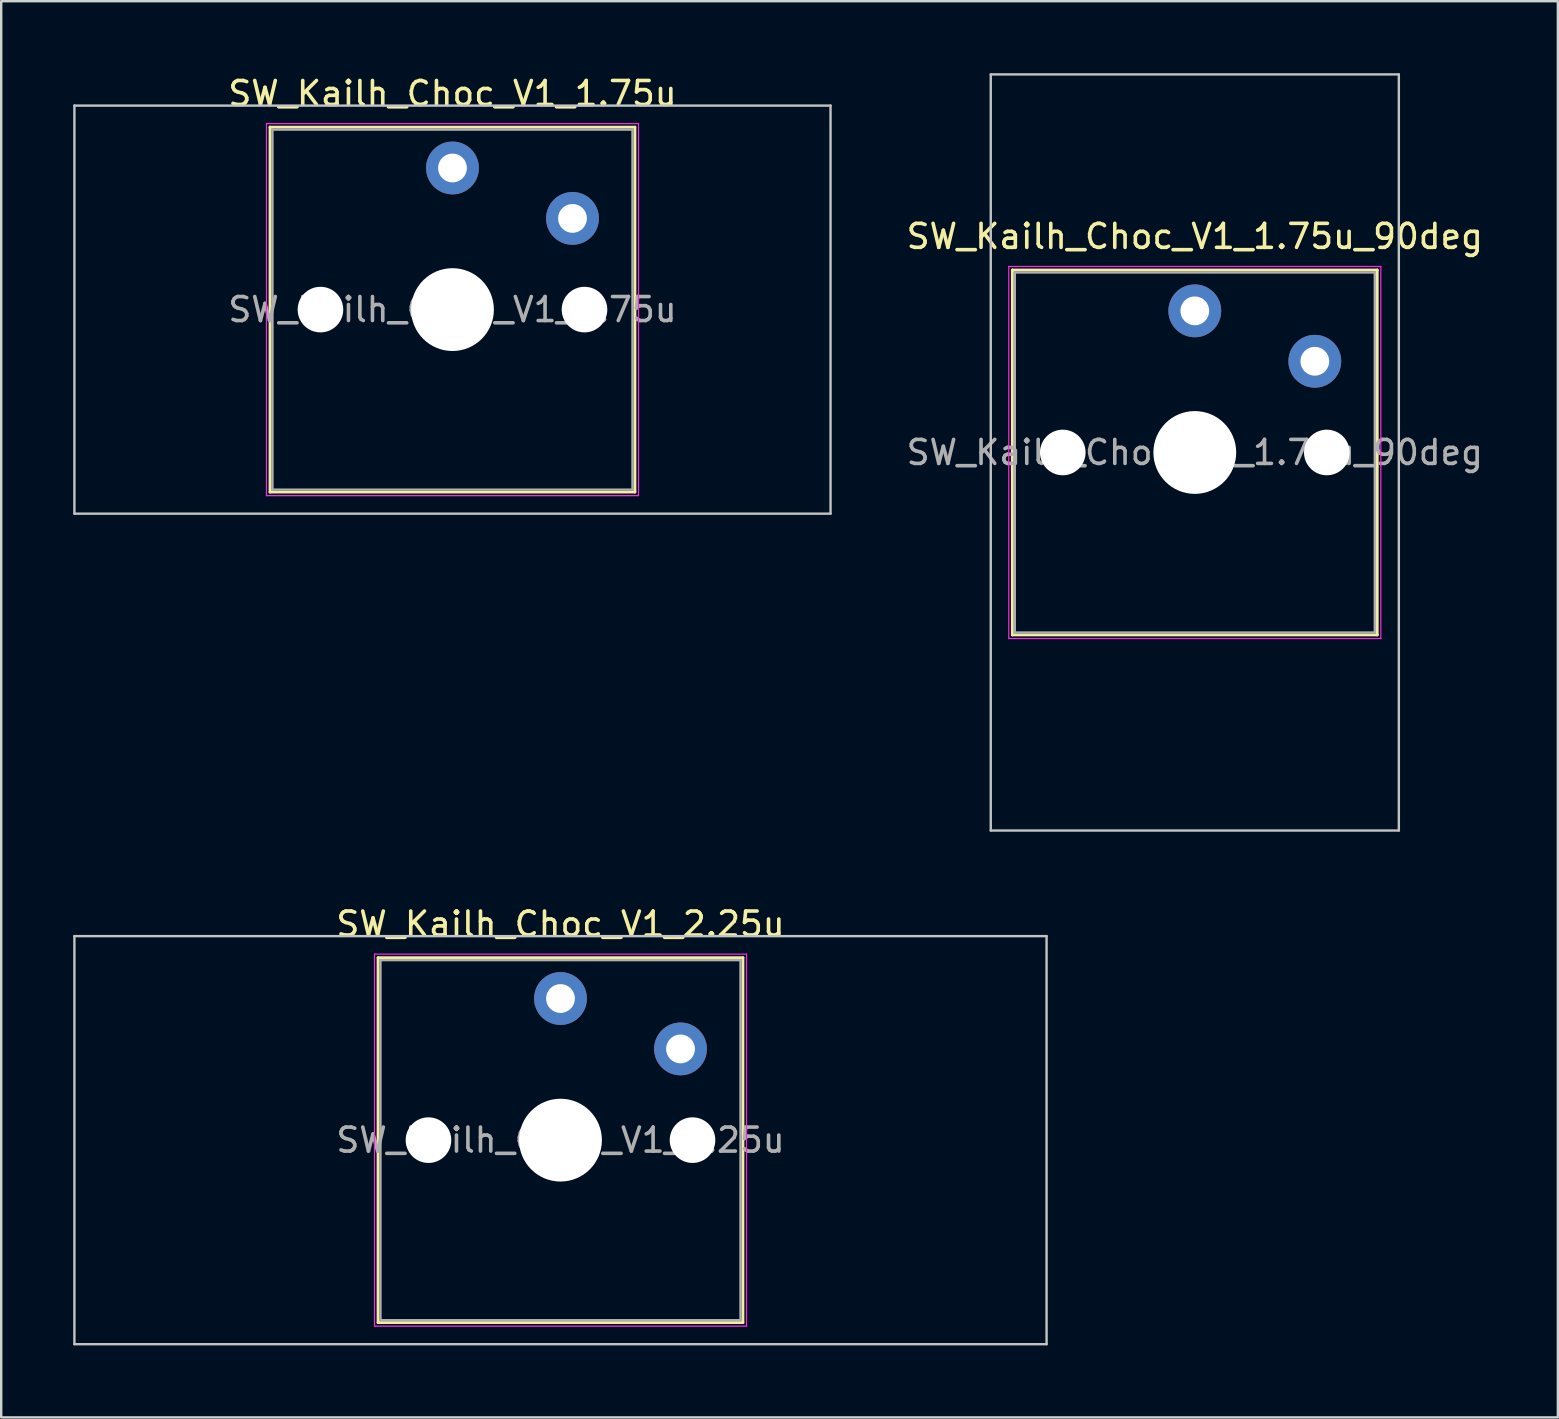
<source format=kicad_pcb>
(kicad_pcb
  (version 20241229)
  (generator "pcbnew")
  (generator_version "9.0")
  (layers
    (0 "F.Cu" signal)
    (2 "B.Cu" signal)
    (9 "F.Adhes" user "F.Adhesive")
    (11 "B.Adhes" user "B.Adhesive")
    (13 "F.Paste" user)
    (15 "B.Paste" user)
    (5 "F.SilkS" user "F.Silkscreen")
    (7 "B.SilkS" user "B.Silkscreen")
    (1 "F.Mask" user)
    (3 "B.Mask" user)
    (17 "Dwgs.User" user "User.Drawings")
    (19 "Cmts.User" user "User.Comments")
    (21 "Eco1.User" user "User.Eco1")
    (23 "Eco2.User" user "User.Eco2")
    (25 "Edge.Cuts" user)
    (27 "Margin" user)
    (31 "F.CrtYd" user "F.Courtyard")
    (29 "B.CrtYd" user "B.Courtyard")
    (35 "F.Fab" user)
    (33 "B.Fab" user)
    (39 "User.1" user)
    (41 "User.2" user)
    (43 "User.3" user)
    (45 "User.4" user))
  (footprint "SW_Kailh_Choc_V1_2.25u"
    (layer "F.Cu")
    (at 20.3 44.448)
    (property "Reference" "SW_Kailh_Choc_V1_2.25u" (at 0 -9 0) (layer "F.SilkS") (effects (font (size 1 1) (thickness 0.15))))
    (attr through_hole)
    (fp_line (start -7.6 -7.6) (end -7.6 7.6) (stroke (width 0.12) (type solid)) (layer "F.SilkS"))
    (fp_line (start -7.6 7.6) (end 7.6 7.6) (stroke (width 0.12) (type solid)) (layer "F.SilkS"))
    (fp_line (start 7.6 -7.6) (end -7.6 -7.6) (stroke (width 0.12) (type solid)) (layer "F.SilkS"))
    (fp_line (start 7.6 7.6) (end 7.6 -7.6) (stroke (width 0.12) (type solid)) (layer "F.SilkS"))
    (fp_line (start -20.25 -8.5) (end -20.25 8.5) (stroke (width 0.1) (type solid)) (layer "Dwgs.User"))
    (fp_line (start -20.25 8.5) (end 20.25 8.5) (stroke (width 0.1) (type solid)) (layer "Dwgs.User"))
    (fp_line (start 20.25 -8.5) (end -20.25 -8.5) (stroke (width 0.1) (type solid)) (layer "Dwgs.User"))
    (fp_line (start 20.25 8.5) (end 20.25 -8.5) (stroke (width 0.1) (type solid)) (layer "Dwgs.User"))
    (fp_line (start -7.25 -7.25) (end -7.25 7.25) (stroke (width 0.1) (type solid)) (layer "Eco1.User"))
    (fp_line (start -7.25 7.25) (end 7.25 7.25) (stroke (width 0.1) (type solid)) (layer "Eco1.User"))
    (fp_line (start 7.25 -7.25) (end -7.25 -7.25) (stroke (width 0.1) (type solid)) (layer "Eco1.User"))
    (fp_line (start 7.25 7.25) (end 7.25 -7.25) (stroke (width 0.1) (type solid)) (layer "Eco1.User"))
    (fp_line (start -7.75 -7.75) (end -7.75 7.75) (stroke (width 0.05) (type solid)) (layer "F.CrtYd"))
    (fp_line (start -7.75 7.75) (end 7.75 7.75) (stroke (width 0.05) (type solid)) (layer "F.CrtYd"))
    (fp_line (start 7.75 -7.75) (end -7.75 -7.75) (stroke (width 0.05) (type solid)) (layer "F.CrtYd"))
    (fp_line (start 7.75 7.75) (end 7.75 -7.75) (stroke (width 0.05) (type solid)) (layer "F.CrtYd"))
    (fp_line (start -7.5 -7.5) (end -7.5 7.5) (stroke (width 0.1) (type solid)) (layer "F.Fab"))
    (fp_line (start -7.5 7.5) (end 7.5 7.5) (stroke (width 0.1) (type solid)) (layer "F.Fab"))
    (fp_line (start 7.5 -7.5) (end -7.5 -7.5) (stroke (width 0.1) (type solid)) (layer "F.Fab"))
    (fp_line (start 7.5 7.5) (end 7.5 -7.5) (stroke (width 0.1) (type solid)) (layer "F.Fab"))
    (fp_text user "${REFERENCE}" (at 0 0 0) (layer "F.Fab") (effects (font (size 1 1) (thickness 0.15))))
    (pad "" np_thru_hole circle (at -5.5 0) (size 1.9 1.9) (drill 1.9) (layers "*.Cu" "*.Mask"))
    (pad "" smd circle (at 0 -5.9) (size 1.25 1.25) (layers "F.Mask"))
    (pad "" np_thru_hole circle (at 0 0) (size 3.45 3.45) (drill 3.45) (layers "*.Cu" "*.Mask"))
    (pad "" smd circle (at 5 -3.8) (size 1.25 1.25) (layers "F.Mask"))
    (pad "" np_thru_hole circle (at 5.5 0) (size 1.9 1.9) (drill 1.9) (layers "*.Cu" "*.Mask"))
    (pad "1" thru_hole circle (at 0 -5.9) (size 2.2 2.2) (drill 1.2) (layers "*.Cu" "B.Mask"))
    (pad "2" thru_hole circle (at 5 -3.8) (size 2.2 2.2) (drill 1.2) (layers "*.Cu" "B.Mask")))
  (footprint "SW_Kailh_Choc_V1_1.75u"
    (layer "F.Cu")
    (at 15.8 9.848)
    (property "Reference" "SW_Kailh_Choc_V1_1.75u" (at 0 -9 0) (layer "F.SilkS") (effects (font (size 1 1) (thickness 0.15))))
    (attr through_hole)
    (fp_line (start -7.6 -7.6) (end -7.6 7.6) (stroke (width 0.12) (type solid)) (layer "F.SilkS"))
    (fp_line (start -7.6 7.6) (end 7.6 7.6) (stroke (width 0.12) (type solid)) (layer "F.SilkS"))
    (fp_line (start 7.6 -7.6) (end -7.6 -7.6) (stroke (width 0.12) (type solid)) (layer "F.SilkS"))
    (fp_line (start 7.6 7.6) (end 7.6 -7.6) (stroke (width 0.12) (type solid)) (layer "F.SilkS"))
    (fp_line (start -15.75 -8.5) (end -15.75 8.5) (stroke (width 0.1) (type solid)) (layer "Dwgs.User"))
    (fp_line (start -15.75 8.5) (end 15.75 8.5) (stroke (width 0.1) (type solid)) (layer "Dwgs.User"))
    (fp_line (start 15.75 -8.5) (end -15.75 -8.5) (stroke (width 0.1) (type solid)) (layer "Dwgs.User"))
    (fp_line (start 15.75 8.5) (end 15.75 -8.5) (stroke (width 0.1) (type solid)) (layer "Dwgs.User"))
    (fp_line (start -7.25 -7.25) (end -7.25 7.25) (stroke (width 0.1) (type solid)) (layer "Eco1.User"))
    (fp_line (start -7.25 7.25) (end 7.25 7.25) (stroke (width 0.1) (type solid)) (layer "Eco1.User"))
    (fp_line (start 7.25 -7.25) (end -7.25 -7.25) (stroke (width 0.1) (type solid)) (layer "Eco1.User"))
    (fp_line (start 7.25 7.25) (end 7.25 -7.25) (stroke (width 0.1) (type solid)) (layer "Eco1.User"))
    (fp_line (start -7.75 -7.75) (end -7.75 7.75) (stroke (width 0.05) (type solid)) (layer "F.CrtYd"))
    (fp_line (start -7.75 7.75) (end 7.75 7.75) (stroke (width 0.05) (type solid)) (layer "F.CrtYd"))
    (fp_line (start 7.75 -7.75) (end -7.75 -7.75) (stroke (width 0.05) (type solid)) (layer "F.CrtYd"))
    (fp_line (start 7.75 7.75) (end 7.75 -7.75) (stroke (width 0.05) (type solid)) (layer "F.CrtYd"))
    (fp_line (start -7.5 -7.5) (end -7.5 7.5) (stroke (width 0.1) (type solid)) (layer "F.Fab"))
    (fp_line (start -7.5 7.5) (end 7.5 7.5) (stroke (width 0.1) (type solid)) (layer "F.Fab"))
    (fp_line (start 7.5 -7.5) (end -7.5 -7.5) (stroke (width 0.1) (type solid)) (layer "F.Fab"))
    (fp_line (start 7.5 7.5) (end 7.5 -7.5) (stroke (width 0.1) (type solid)) (layer "F.Fab"))
    (fp_text user "${REFERENCE}" (at 0 0 0) (layer "F.Fab") (effects (font (size 1 1) (thickness 0.15))))
    (pad "" np_thru_hole circle (at -5.5 0) (size 1.9 1.9) (drill 1.9) (layers "*.Cu" "*.Mask"))
    (pad "" smd circle (at 0 -5.9) (size 1.25 1.25) (layers "F.Mask"))
    (pad "" np_thru_hole circle (at 0 0) (size 3.45 3.45) (drill 3.45) (layers "*.Cu" "*.Mask"))
    (pad "" smd circle (at 5 -3.8) (size 1.25 1.25) (layers "F.Mask"))
    (pad "" np_thru_hole circle (at 5.5 0) (size 1.9 1.9) (drill 1.9) (layers "*.Cu" "*.Mask"))
    (pad "1" thru_hole circle (at 0 -5.9) (size 2.2 2.2) (drill 1.2) (layers "*.Cu" "B.Mask"))
    (pad "2" thru_hole circle (at 5 -3.8) (size 2.2 2.2) (drill 1.2) (layers "*.Cu" "B.Mask")))
  (footprint "SW_Kailh_Choc_V1_1.75u_90deg"
    (layer "F.Cu")
    (at 46.725 15.8)
    (property "Reference" "SW_Kailh_Choc_V1_1.75u_90deg" (at 0 -9 0) (layer "F.SilkS") (effects (font (size 1 1) (thickness 0.15))))
    (attr through_hole)
    (fp_line (start -7.6 -7.6) (end -7.6 7.6) (stroke (width 0.12) (type solid)) (layer "F.SilkS"))
    (fp_line (start -7.6 7.6) (end 7.6 7.6) (stroke (width 0.12) (type solid)) (layer "F.SilkS"))
    (fp_line (start 7.6 -7.6) (end -7.6 -7.6) (stroke (width 0.12) (type solid)) (layer "F.SilkS"))
    (fp_line (start 7.6 7.6) (end 7.6 -7.6) (stroke (width 0.12) (type solid)) (layer "F.SilkS"))
    (fp_line (start -8.5 -15.75) (end 8.5 -15.75) (stroke (width 0.1) (type solid)) (layer "Dwgs.User"))
    (fp_line (start -8.5 15.75) (end -8.5 -15.75) (stroke (width 0.1) (type solid)) (layer "Dwgs.User"))
    (fp_line (start 8.5 -15.75) (end 8.5 15.75) (stroke (width 0.1) (type solid)) (layer "Dwgs.User"))
    (fp_line (start 8.5 15.75) (end -8.5 15.75) (stroke (width 0.1) (type solid)) (layer "Dwgs.User"))
    (fp_line (start -7.25 -7.25) (end -7.25 7.25) (stroke (width 0.1) (type solid)) (layer "Eco1.User"))
    (fp_line (start -7.25 7.25) (end 7.25 7.25) (stroke (width 0.1) (type solid)) (layer "Eco1.User"))
    (fp_line (start 7.25 -7.25) (end -7.25 -7.25) (stroke (width 0.1) (type solid)) (layer "Eco1.User"))
    (fp_line (start 7.25 7.25) (end 7.25 -7.25) (stroke (width 0.1) (type solid)) (layer "Eco1.User"))
    (fp_line (start -7.75 -7.75) (end -7.75 7.75) (stroke (width 0.05) (type solid)) (layer "F.CrtYd"))
    (fp_line (start -7.75 7.75) (end 7.75 7.75) (stroke (width 0.05) (type solid)) (layer "F.CrtYd"))
    (fp_line (start 7.75 -7.75) (end -7.75 -7.75) (stroke (width 0.05) (type solid)) (layer "F.CrtYd"))
    (fp_line (start 7.75 7.75) (end 7.75 -7.75) (stroke (width 0.05) (type solid)) (layer "F.CrtYd"))
    (fp_line (start -7.5 -7.5) (end -7.5 7.5) (stroke (width 0.1) (type solid)) (layer "F.Fab"))
    (fp_line (start -7.5 7.5) (end 7.5 7.5) (stroke (width 0.1) (type solid)) (layer "F.Fab"))
    (fp_line (start 7.5 -7.5) (end -7.5 -7.5) (stroke (width 0.1) (type solid)) (layer "F.Fab"))
    (fp_line (start 7.5 7.5) (end 7.5 -7.5) (stroke (width 0.1) (type solid)) (layer "F.Fab"))
    (fp_text user "${REFERENCE}" (at 0 0 0) (layer "F.Fab") (effects (font (size 1 1) (thickness 0.15))))
    (pad "" np_thru_hole circle (at -5.5 0) (size 1.9 1.9) (drill 1.9) (layers "*.Cu" "*.Mask"))
    (pad "" smd circle (at 0 -5.9) (size 1.25 1.25) (layers "F.Mask"))
    (pad "" np_thru_hole circle (at 0 0) (size 3.45 3.45) (drill 3.45) (layers "*.Cu" "*.Mask"))
    (pad "" smd circle (at 5 -3.8) (size 1.25 1.25) (layers "F.Mask"))
    (pad "" np_thru_hole circle (at 5.5 0) (size 1.9 1.9) (drill 1.9) (layers "*.Cu" "*.Mask"))
    (pad "1" thru_hole circle (at 0 -5.9) (size 2.2 2.2) (drill 1.2) (layers "*.Cu" "B.Mask"))
    (pad "2" thru_hole circle (at 5 -3.8) (size 2.2 2.2) (drill 1.2) (layers "*.Cu" "B.Mask")))
  (gr_rect
    (start -3 -3)
    (end 61.85 55.998)
    (stroke (width 0.1) (type default))
    (fill no)
    (layer "Edge.Cuts")))
</source>
